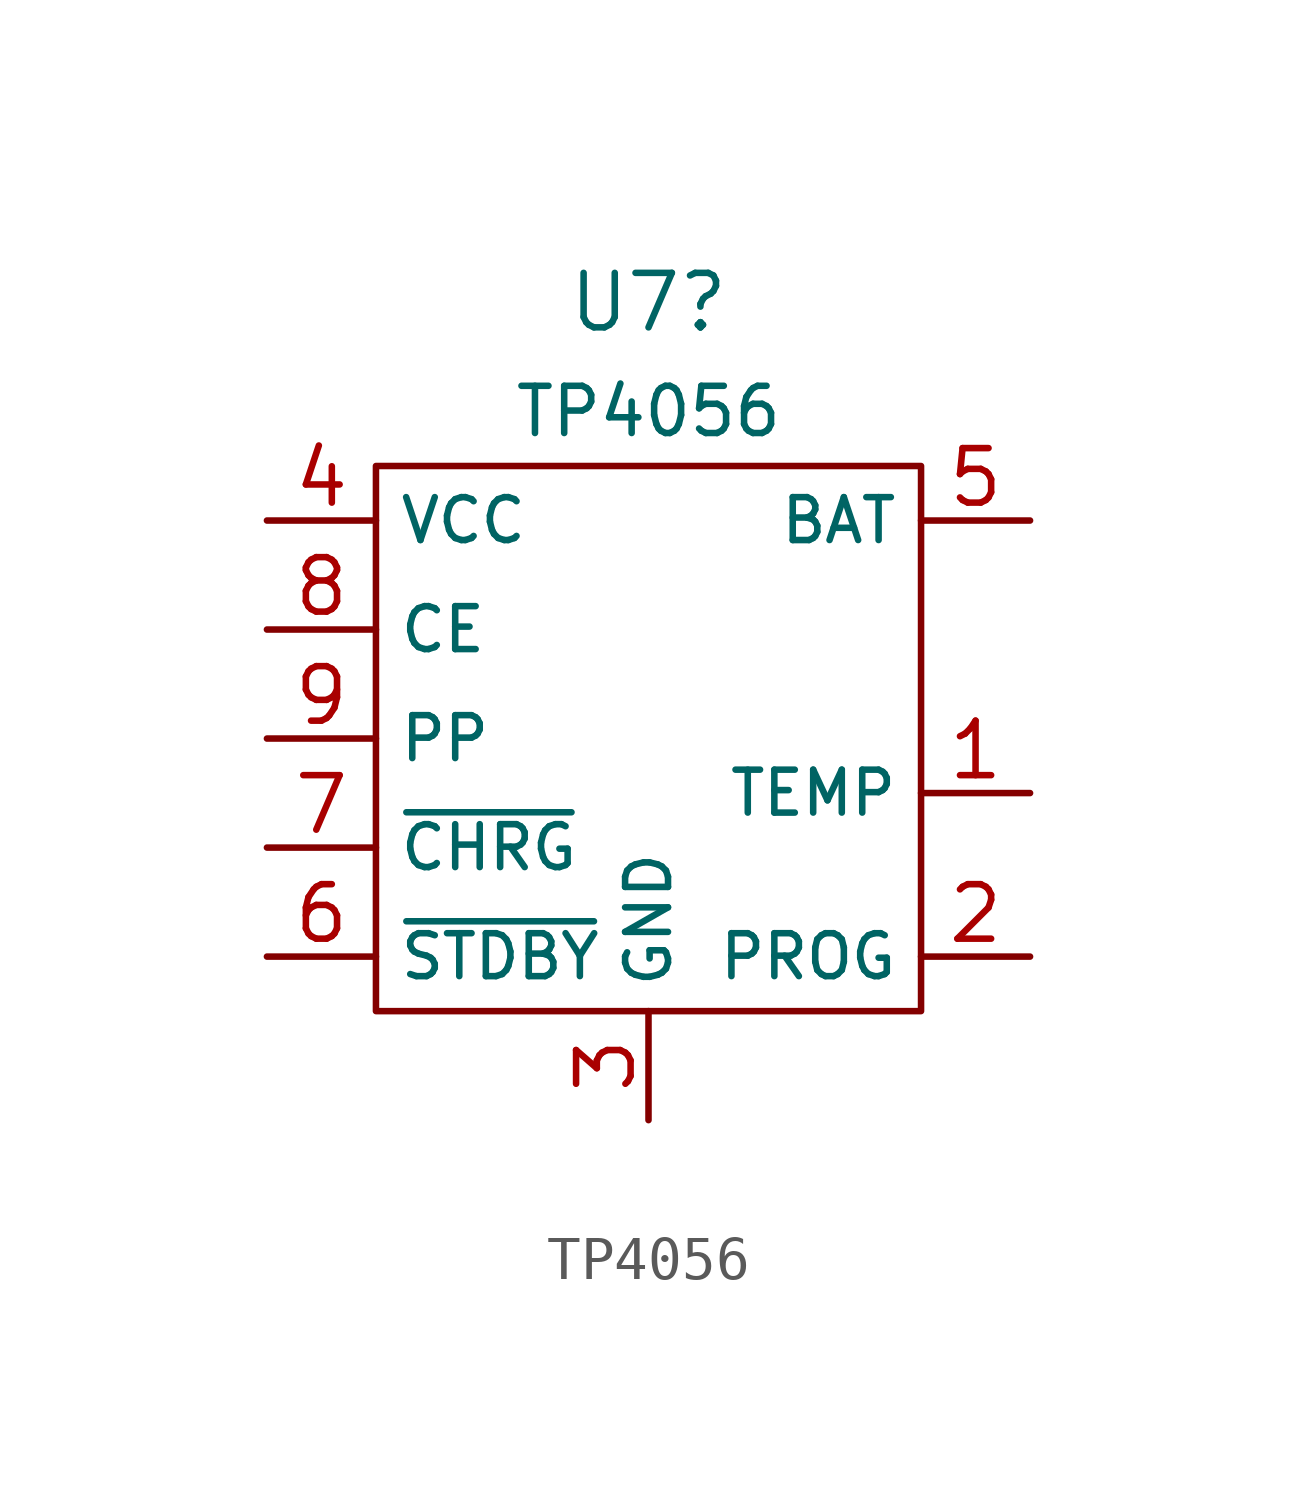
<source format=kicad_sym>
(kicad_symbol_lib
  (version 20211014)
  (generator kicad_symbol_editor)
  (symbol "TP4056"
    (property "Reference" "U7"
      (at 6.35 16.51 0)
      (effects (font (size 1.27 1.27))))
    (property "Value" "TP4056"
      (at 6.35 13.97 0)
      (effects (font (size 1.1 1.1))))
    (symbol "TP4056_0_1"
      (rectangle (start 0 12.7) (end 12.7 0) (stroke (width 0) (type default) (color 0 0 0 0)) (fill (type none))))
    (symbol "TP4056_1_1"
      (pin input line (at 15.24 5.08 180) (length 2.54) (name "TEMP" (effects (font (size 1 1)))) (number "1" (effects (font (size 1.27 1.27)))))
      (pin input line (at 15.24 1.27 180) (length 2.54) (name "PROG" (effects (font (size 1 1)))) (number "2" (effects (font (size 1.27 1.27)))))
      (pin input line (at 6.35 -2.54 90) (length 2.54) (name "GND" (effects (font (size 1 1)))) (number "3" (effects (font (size 1.27 1.27)))))
      (pin input line (at -2.54 11.43 0) (length 2.54) (name "VCC" (effects (font (size 1 1)))) (number "4" (effects (font (size 1.27 1.27)))))
      (pin input line (at 15.24 11.43 180) (length 2.54) (name "BAT" (effects (font (size 1 1)))) (number "5" (effects (font (size 1.27 1.27)))))
      (pin input line (at -2.54 1.27 0) (length 2.54) (name "~{STDBY}" (effects (font (size 1 1)))) (number "6" (effects (font (size 1.27 1.27)))))
      (pin input line (at -2.54 3.81 0) (length 2.54) (name "~{CHRG}" (effects (font (size 1 1)))) (number "7" (effects (font (size 1.27 1.27)))))
      (pin input line (at -2.54 8.89 0) (length 2.54) (name "CE" (effects (font (size 1 1)))) (number "8" (effects (font (size 1.27 1.27)))))
      (pin input line (at -2.54 6.35 0) (length 2.54) (name "PP" (effects (font (size 1 1)))) (number "9" (effects (font (size 1.27 1.27))))))))
</source>
